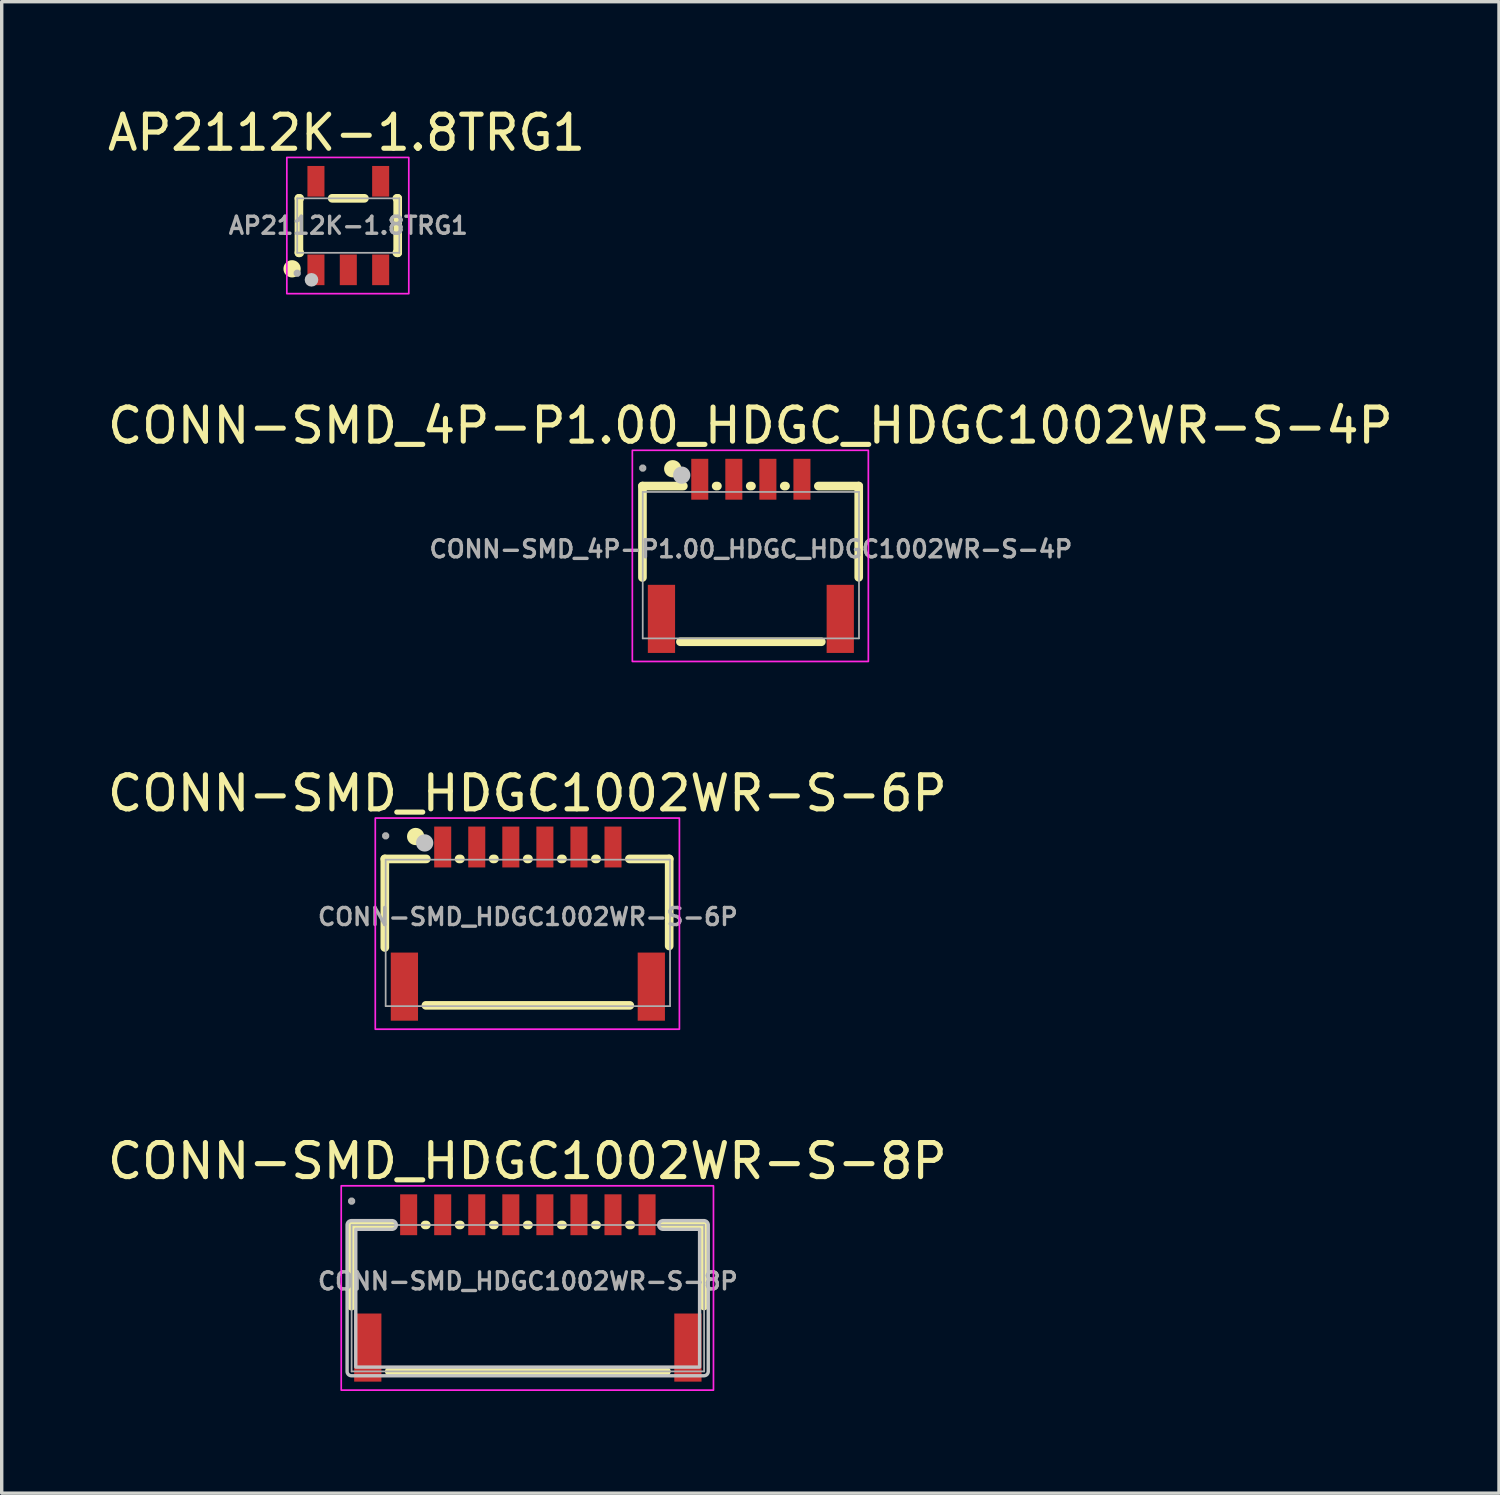
<source format=kicad_pcb>
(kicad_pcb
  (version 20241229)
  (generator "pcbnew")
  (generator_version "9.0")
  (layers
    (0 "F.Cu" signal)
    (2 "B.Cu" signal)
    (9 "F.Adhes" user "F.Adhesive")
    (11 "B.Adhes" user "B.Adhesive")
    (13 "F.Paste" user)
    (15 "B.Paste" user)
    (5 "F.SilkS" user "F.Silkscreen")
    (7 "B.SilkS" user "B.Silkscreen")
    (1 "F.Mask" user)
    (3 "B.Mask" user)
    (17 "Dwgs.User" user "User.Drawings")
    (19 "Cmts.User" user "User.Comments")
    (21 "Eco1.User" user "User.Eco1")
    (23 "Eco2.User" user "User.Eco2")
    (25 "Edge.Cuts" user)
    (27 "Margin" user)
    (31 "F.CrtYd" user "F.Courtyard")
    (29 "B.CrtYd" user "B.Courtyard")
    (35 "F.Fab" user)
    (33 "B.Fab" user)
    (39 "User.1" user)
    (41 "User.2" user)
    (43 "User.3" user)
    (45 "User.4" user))
  (footprint "AP2112K-1.8TRG1"
    (layer "F.Cu")
    (at 7.177 3.573)
    (property "Reference" "AP2112K-1.8TRG1" (at -0.052 -2.725 0) (layer "F.SilkS") (effects (font (size 1 1) (thickness 0.15))))
    (fp_line (start -1.45 0.8) (end -1.45 -0.8) (stroke (width 0.254) (type default)) (layer "F.SilkS"))
    (fp_line (start -1.45 0.8) (end -1.425 0.8) (stroke (width 0.254) (type default)) (layer "F.SilkS"))
    (fp_line (start -1.425 -0.8) (end -1.45 -0.8) (stroke (width 0.254) (type default)) (layer "F.SilkS"))
    (fp_line (start 0.474 -0.8) (end -0.474 -0.8) (stroke (width 0.254) (type default)) (layer "F.SilkS"))
    (fp_line (start 1.425 0.8) (end 1.45 0.8) (stroke (width 0.254) (type default)) (layer "F.SilkS"))
    (fp_line (start 1.45 -0.8) (end 1.425 -0.8) (stroke (width 0.254) (type default)) (layer "F.SilkS"))
    (fp_line (start 1.45 0.8) (end 1.45 -0.8) (stroke (width 0.254) (type default)) (layer "F.SilkS"))
    (fp_circle (center -1.651 1.27) (end -1.524 1.27) (stroke (width 0.254) (type default)) (fill no) (layer "F.SilkS"))
    (fp_circle (center -1.081 1.593) (end -0.981 1.593) (stroke (width 0.2) (type default)) (fill no) (layer "Dwgs.User"))
    (fp_rect (start -1.805 -2) (end 1.776 2) (stroke (width 0.05) (type default)) (fill no) (layer "F.CrtYd"))
    (fp_line (start -1.5 -0.8) (end 1.5 -0.8) (stroke (width 0.051) (type default)) (layer "F.Fab"))
    (fp_line (start -1.5 0.8) (end -1.5 -0.8) (stroke (width 0.051) (type default)) (layer "F.Fab"))
    (fp_line (start 1.5 -0.8) (end 1.5 0.8) (stroke (width 0.051) (type default)) (layer "F.Fab"))
    (fp_line (start 1.5 0.8) (end -1.5 0.8) (stroke (width 0.051) (type default)) (layer "F.Fab"))
    (fp_poly (pts (xy -1.445 1.377) (xy -1.477 1.345) (xy -1.523 1.345) (xy -1.555 1.377) (xy -1.555 1.423) (xy -1.523 1.455) (xy -1.477 1.455) (xy -1.445 1.423)) (stroke (width 0.1) (type default)) (fill no) (layer "F.Fab"))
    (fp_poly (pts (xy -1.15 0.96) (xy -1.15 0.79) (xy -0.75 0.79) (xy -0.75 0.96)) (stroke (width 0.1) (type default)) (fill no) (layer "User.1"))
    (fp_poly (pts (xy -1.15 1.4) (xy -1.15 0.95) (xy -0.75 0.95) (xy -0.75 1.4)) (stroke (width 0.1) (type default)) (fill no) (layer "User.1"))
    (fp_poly (pts (xy -1.14 -1) (xy -1.14 -1.4) (xy -0.76 -1.4) (xy -0.76 -1)) (stroke (width 0.1) (type default)) (fill no) (layer "User.1"))
    (fp_poly (pts (xy -1.14 -0.79) (xy -1.14 -1.01) (xy -0.76 -1.01) (xy -0.76 -0.79)) (stroke (width 0.1) (type default)) (fill no) (layer "User.1"))
    (fp_poly (pts (xy -0.2 0.96) (xy -0.2 0.79) (xy 0.2 0.79) (xy 0.2 0.96)) (stroke (width 0.1) (type default)) (fill no) (layer "User.1"))
    (fp_poly (pts (xy -0.2 1.4) (xy -0.2 0.95) (xy 0.2 0.95) (xy 0.2 1.4)) (stroke (width 0.1) (type default)) (fill no) (layer "User.1"))
    (fp_poly (pts (xy 0.75 -0.95) (xy 0.75 -1.4) (xy 1.15 -1.4) (xy 1.15 -0.95)) (stroke (width 0.1) (type default)) (fill no) (layer "User.1"))
    (fp_poly (pts (xy 0.75 -0.79) (xy 0.75 -0.96) (xy 1.15 -0.96) (xy 1.15 -0.79)) (stroke (width 0.1) (type default)) (fill no) (layer "User.1"))
    (fp_poly (pts (xy 0.75 0.96) (xy 0.75 0.79) (xy 1.15 0.79) (xy 1.15 0.96)) (stroke (width 0.1) (type default)) (fill no) (layer "User.1"))
    (fp_poly (pts (xy 0.75 1.4) (xy 0.75 0.95) (xy 1.15 0.95) (xy 1.15 1.4)) (stroke (width 0.1) (type default)) (fill no) (layer "User.1"))
    (fp_text user "${REFERENCE}" (at 0 0 0) (layer "F.Fab") (effects (font (size 0.5 0.5) (thickness 0.1))))
    (pad "1" smd rect (at -0.95 1.3) (size 0.5 0.9) (layers "F.Cu" "F.Mask" "F.Paste"))
    (pad "2" smd rect (at 0 1.3) (size 0.5 0.9) (layers "F.Cu" "F.Mask" "F.Paste"))
    (pad "3" smd rect (at 0.95 1.3) (size 0.5 0.9) (layers "F.Cu" "F.Mask" "F.Paste"))
    (pad "4" smd rect (at 0.95 -1.3) (size 0.5 0.9) (layers "F.Cu" "F.Mask" "F.Paste"))
    (pad "5" smd rect (at -0.95 -1.3) (size 0.5 0.9) (layers "F.Cu" "F.Mask" "F.Paste")))
  (footprint "CONN-SMD_4P-P1.00_HDGC_HDGC1002WR-S-4P"
    (layer "F.Cu")
    (at 18.997 13.072)
    (property "Reference" "CONN-SMD_4P-P1.00_HDGC_HDGC1002WR-S-4P" (at -0.015 -3.625 0) (layer "F.SilkS") (effects (font (size 1 1) (thickness 0.15))))
    (fp_line (start -3.183 -1.85) (end -3.183 0.835) (stroke (width 0.254) (type default)) (layer "F.SilkS"))
    (fp_line (start -2.069 2.722) (end 2.069 2.722) (stroke (width 0.254) (type default)) (layer "F.SilkS"))
    (fp_line (start -1.982 -1.85) (end -3.183 -1.85) (stroke (width 0.254) (type default)) (layer "F.SilkS"))
    (fp_line (start -0.982 -1.85) (end -1.019 -1.85) (stroke (width 0.254) (type default)) (layer "F.SilkS"))
    (fp_line (start 0.018 -1.85) (end -0.019 -1.85) (stroke (width 0.254) (type default)) (layer "F.SilkS"))
    (fp_line (start 1.018 -1.85) (end 0.981 -1.85) (stroke (width 0.254) (type default)) (layer "F.SilkS"))
    (fp_line (start 3.167 -1.85) (end 1.981 -1.85) (stroke (width 0.254) (type default)) (layer "F.SilkS"))
    (fp_line (start 3.167 -1.85) (end 3.167 0.829) (stroke (width 0.254) (type default)) (layer "F.SilkS"))
    (fp_circle (center -2.294 -2.358) (end -2.167 -2.358) (stroke (width 0.254) (type default)) (fill no) (layer "F.SilkS"))
    (fp_circle (center -2.03 -2.17) (end -1.903 -2.17) (stroke (width 0.254) (type default)) (fill no) (layer "Dwgs.User"))
    (fp_rect (start -3.48 -2.9) (end 3.45 3.3) (stroke (width 0.05) (type default)) (fill no) (layer "F.CrtYd"))
    (fp_line (start -3.175 -1.678) (end 3.175 -1.678) (stroke (width 0.051) (type default)) (layer "F.Fab"))
    (fp_line (start -3.175 2.622) (end -3.175 -1.678) (stroke (width 0.051) (type default)) (layer "F.Fab"))
    (fp_line (start 3.175 -1.678) (end 3.175 2.622) (stroke (width 0.051) (type default)) (layer "F.Fab"))
    (fp_line (start 3.175 2.622) (end -3.175 2.622) (stroke (width 0.051) (type default)) (layer "F.Fab"))
    (fp_poly (pts (xy -3.12 -2.401) (xy -3.152 -2.433) (xy -3.198 -2.433) (xy -3.23 -2.401) (xy -3.23 -2.355) (xy -3.198 -2.323) (xy -3.152 -2.323) (xy -3.12 -2.355)) (stroke (width 0.1) (type default)) (fill no) (layer "F.Fab"))
    (fp_poly (pts (xy -2.725 1.622) (xy -2.525 1.622) (xy -2.525 2.622) (xy -2.725 2.622)) (stroke (width 0.1) (type default)) (fill no) (layer "User.1"))
    (fp_poly (pts (xy -1.6 -2.378) (xy -1.4 -2.378) (xy -1.4 -1.578) (xy -1.6 -1.578)) (stroke (width 0.1) (type default)) (fill no) (layer "User.1"))
    (fp_poly (pts (xy -0.6 -2.378) (xy -0.4 -2.378) (xy -0.4 -1.578) (xy -0.6 -1.578)) (stroke (width 0.1) (type default)) (fill no) (layer "User.1"))
    (fp_poly (pts (xy 0.4 -2.378) (xy 0.6 -2.378) (xy 0.6 -1.578) (xy 0.4 -1.578)) (stroke (width 0.1) (type default)) (fill no) (layer "User.1"))
    (fp_poly (pts (xy 1.4 -2.378) (xy 1.6 -2.378) (xy 1.6 -1.578) (xy 1.4 -1.578)) (stroke (width 0.1) (type default)) (fill no) (layer "User.1"))
    (fp_poly (pts (xy 2.525 1.622) (xy 2.725 1.622) (xy 2.725 2.622) (xy 2.525 2.622)) (stroke (width 0.1) (type default)) (fill no) (layer "User.1"))
    (fp_text user "${REFERENCE}" (at 0 0 0) (layer "F.Fab") (effects (font (size 0.5 0.5) (thickness 0.1))))
    (pad "1" smd rect (at -1.5 -2.05) (size 0.5 1.2) (layers "F.Cu" "F.Mask" "F.Paste"))
    (pad "2" smd rect (at -0.5 -2.05) (size 0.5 1.2) (layers "F.Cu" "F.Mask" "F.Paste"))
    (pad "3" smd rect (at 0.5 -2.05) (size 0.5 1.2) (layers "F.Cu" "F.Mask" "F.Paste"))
    (pad "4" smd rect (at 1.5 -2.05) (size 0.5 1.2) (layers "F.Cu" "F.Mask" "F.Paste"))
    (pad "5" smd rect (at 2.625 2.05) (size 0.8 2) (layers "F.Cu" "F.Mask" "F.Paste"))
    (pad "6" smd rect (at -2.625 2.05) (size 0.8 2) (layers "F.Cu" "F.Mask" "F.Paste")))
  (footprint "CONN-SMD_HDGC1002WR-S-6P"
    (layer "F.Cu")
    (at 12.449 23.87)
    (property "Reference" "CONN-SMD_HDGC1002WR-S-6P" (at -0.015 -3.625 0) (layer "F.SilkS") (effects (font (size 1 1) (thickness 0.15))))
    (fp_line (start -4.2 -1.7) (end -4.2 0.9) (stroke (width 0.254) (type default)) (layer "F.SilkS"))
    (fp_line (start -4.2 -1.7) (end -2.981 -1.7) (stroke (width 0.254) (type default)) (layer "F.SilkS"))
    (fp_line (start -2.019 -1.7) (end -1.981 -1.7) (stroke (width 0.254) (type default)) (layer "F.SilkS"))
    (fp_line (start -1.019 -1.7) (end -0.981 -1.7) (stroke (width 0.254) (type default)) (layer "F.SilkS"))
    (fp_line (start -0.019 -1.7) (end 0.019 -1.7) (stroke (width 0.254) (type default)) (layer "F.SilkS"))
    (fp_line (start 0.981 -1.7) (end 1.019 -1.7) (stroke (width 0.254) (type default)) (layer "F.SilkS"))
    (fp_line (start 1.981 -1.7) (end 2.019 -1.7) (stroke (width 0.254) (type default)) (layer "F.SilkS"))
    (fp_line (start 2.981 -1.7) (end 4.15 -1.7) (stroke (width 0.254) (type default)) (layer "F.SilkS"))
    (fp_line (start 2.994 2.6) (end -2.994 2.6) (stroke (width 0.254) (type default)) (layer "F.SilkS"))
    (fp_line (start 4.15 -1.7) (end 4.15 0.856) (stroke (width 0.254) (type default)) (layer "F.SilkS"))
    (fp_circle (center -3.294 -2.358) (end -3.167 -2.358) (stroke (width 0.254) (type default)) (fill no) (layer "F.SilkS"))
    (fp_circle (center -3.03 -2.17) (end -2.903 -2.17) (stroke (width 0.254) (type default)) (fill no) (layer "Dwgs.User"))
    (fp_rect (start -4.48 -2.9) (end 4.45 3.3) (stroke (width 0.05) (type default)) (fill no) (layer "F.CrtYd"))
    (fp_line (start -4.175 -1.678) (end 4.175 -1.678) (stroke (width 0.051) (type default)) (layer "F.Fab"))
    (fp_line (start -4.175 2.622) (end -4.175 -1.678) (stroke (width 0.051) (type default)) (layer "F.Fab"))
    (fp_line (start 4.175 -1.678) (end 4.175 2.622) (stroke (width 0.051) (type default)) (layer "F.Fab"))
    (fp_line (start 4.175 2.622) (end -4.175 2.622) (stroke (width 0.051) (type default)) (layer "F.Fab"))
    (fp_poly (pts (xy -4.12 -2.401) (xy -4.152 -2.433) (xy -4.198 -2.433) (xy -4.23 -2.401) (xy -4.23 -2.355) (xy -4.198 -2.323) (xy -4.152 -2.323) (xy -4.12 -2.355)) (stroke (width 0.1) (type default)) (fill no) (layer "F.Fab"))
    (fp_poly (pts (xy -3.725 1.622) (xy -3.525 1.622) (xy -3.525 2.622) (xy -3.725 2.622)) (stroke (width 0.1) (type default)) (fill no) (layer "User.1"))
    (fp_poly (pts (xy -2.6 -2.378) (xy -2.4 -2.378) (xy -2.4 -1.578) (xy -2.6 -1.578)) (stroke (width 0.1) (type default)) (fill no) (layer "User.1"))
    (fp_poly (pts (xy -1.6 -2.378) (xy -1.4 -2.378) (xy -1.4 -1.578) (xy -1.6 -1.578)) (stroke (width 0.1) (type default)) (fill no) (layer "User.1"))
    (fp_poly (pts (xy -0.6 -2.378) (xy -0.4 -2.378) (xy -0.4 -1.578) (xy -0.6 -1.578)) (stroke (width 0.1) (type default)) (fill no) (layer "User.1"))
    (fp_poly (pts (xy 0.4 -2.378) (xy 0.6 -2.378) (xy 0.6 -1.578) (xy 0.4 -1.578)) (stroke (width 0.1) (type default)) (fill no) (layer "User.1"))
    (fp_poly (pts (xy 1.4 -2.378) (xy 1.6 -2.378) (xy 1.6 -1.578) (xy 1.4 -1.578)) (stroke (width 0.1) (type default)) (fill no) (layer "User.1"))
    (fp_poly (pts (xy 2.4 -2.378) (xy 2.6 -2.378) (xy 2.6 -1.578) (xy 2.4 -1.578)) (stroke (width 0.1) (type default)) (fill no) (layer "User.1"))
    (fp_poly (pts (xy 3.525 1.622) (xy 3.725 1.622) (xy 3.725 2.622) (xy 3.525 2.622)) (stroke (width 0.1) (type default)) (fill no) (layer "User.1"))
    (fp_text user "${REFERENCE}" (at 0 0 0) (layer "F.Fab") (effects (font (size 0.5 0.5) (thickness 0.1))))
    (pad "1" smd rect (at -2.5 -2.05) (size 0.5 1.2) (layers "F.Cu" "F.Mask" "F.Paste"))
    (pad "2" smd rect (at -1.5 -2.05) (size 0.5 1.2) (layers "F.Cu" "F.Mask" "F.Paste"))
    (pad "3" smd rect (at -0.5 -2.05) (size 0.5 1.2) (layers "F.Cu" "F.Mask" "F.Paste"))
    (pad "4" smd rect (at 0.5 -2.05) (size 0.5 1.2) (layers "F.Cu" "F.Mask" "F.Paste"))
    (pad "5" smd rect (at 1.5 -2.05) (size 0.5 1.2) (layers "F.Cu" "F.Mask" "F.Paste"))
    (pad "6" smd rect (at 2.5 -2.05) (size 0.5 1.2) (layers "F.Cu" "F.Mask" "F.Paste"))
    (pad "7" smd rect (at 3.625 2.05) (size 0.8 2) (layers "F.Cu" "F.Mask" "F.Paste"))
    (pad "8" smd rect (at -3.625 2.05) (size 0.8 2) (layers "F.Cu" "F.Mask" "F.Paste")))
  (footprint "CONN-SMD_HDGC1002WR-S-8P"
    (layer "F.Cu")
    (at 12.449 34.568)
    (property "Reference" "CONN-SMD_HDGC1002WR-S-8P" (at -0.015 -3.525 0) (layer "F.SilkS") (effects (font (size 1 1) (thickness 0.15))))
    (fp_line (start -5.18 -1.65) (end -5.18 0.734) (stroke (width 0.254) (type default)) (layer "F.SilkS"))
    (fp_line (start -4.069 2.65) (end 4.069 2.65) (stroke (width 0.254) (type default)) (layer "F.SilkS"))
    (fp_line (start -3.981 -1.65) (end -5.18 -1.65) (stroke (width 0.254) (type default)) (layer "F.SilkS"))
    (fp_line (start -2.981 -1.65) (end -3.019 -1.65) (stroke (width 0.254) (type default)) (layer "F.SilkS"))
    (fp_line (start -1.981 -1.65) (end -2.019 -1.65) (stroke (width 0.254) (type default)) (layer "F.SilkS"))
    (fp_line (start -0.981 -1.65) (end -1.019 -1.65) (stroke (width 0.254) (type default)) (layer "F.SilkS"))
    (fp_line (start 0.019 -1.65) (end -0.019 -1.65) (stroke (width 0.254) (type default)) (layer "F.SilkS"))
    (fp_line (start 1.019 -1.65) (end 0.981 -1.65) (stroke (width 0.254) (type default)) (layer "F.SilkS"))
    (fp_line (start 2.019 -1.65) (end 1.981 -1.65) (stroke (width 0.254) (type default)) (layer "F.SilkS"))
    (fp_line (start 3.019 -1.65) (end 2.981 -1.65) (stroke (width 0.254) (type default)) (layer "F.SilkS"))
    (fp_line (start 5.17 -1.65) (end 3.981 -1.65) (stroke (width 0.254) (type default)) (layer "F.SilkS"))
    (fp_line (start 5.17 0.73) (end 5.17 -1.65) (stroke (width 0.254) (type default)) (layer "F.SilkS"))
    (fp_poly (pts (arc (start -3.99 -1.777) (mid -3.863 -1.65) (end -3.99 -1.523)) (xy -5.053 -1.523) (xy -5.053 2.523) (xy 5.043 2.523) (xy 5.043 -1.523) (arc (start 3.97 -1.523) (mid 3.843 -1.65) (end 3.97 -1.777)) (arc (start 5.17 -1.777) (mid 5.259803 -1.739803) (end 5.297 -1.65)) (arc (start 5.297 2.65) (mid 5.259803 2.739803) (end 5.17 2.777)) (arc (start -5.18 2.777) (mid -5.269803 2.739803) (end -5.307 2.65)) (arc (start -5.307 -1.65) (mid -5.269803 -1.739803) (end -5.18 -1.777))) (stroke (width 0.1) (type default)) (fill no) (layer "Dwgs.User"))
    (fp_rect (start -5.48 -2.8) (end 5.45 3.2) (stroke (width 0.05) (type default)) (fill no) (layer "F.CrtYd"))
    (fp_line (start -5.175 -1.65) (end 5.175 -1.65) (stroke (width 0.051) (type default)) (layer "F.Fab"))
    (fp_line (start -5.175 2.65) (end -5.175 -1.65) (stroke (width 0.051) (type default)) (layer "F.Fab"))
    (fp_line (start 5.175 -1.65) (end 5.175 2.65) (stroke (width 0.051) (type default)) (layer "F.Fab"))
    (fp_line (start 5.175 2.65) (end -5.175 2.65) (stroke (width 0.051) (type default)) (layer "F.Fab"))
    (fp_poly (pts (xy -5.12 -2.373) (xy -5.152 -2.405) (xy -5.198 -2.405) (xy -5.23 -2.373) (xy -5.23 -2.327) (xy -5.198 -2.295) (xy -5.152 -2.295) (xy -5.12 -2.327)) (stroke (width 0.1) (type default)) (fill no) (layer "F.Fab"))
    (fp_poly (pts (xy -4.8 1.35) (xy -4.6 1.35) (xy -4.6 2.55) (xy -4.8 2.55)) (stroke (width 0.1) (type default)) (fill no) (layer "User.1"))
    (fp_poly (pts (xy -3.6 -2.35) (xy -3.4 -2.35) (xy -3.4 -1.55) (xy -3.6 -1.55)) (stroke (width 0.1) (type default)) (fill no) (layer "User.1"))
    (fp_poly (pts (xy -2.6 -2.35) (xy -2.4 -2.35) (xy -2.4 -1.55) (xy -2.6 -1.55)) (stroke (width 0.1) (type default)) (fill no) (layer "User.1"))
    (fp_poly (pts (xy -1.6 -2.35) (xy -1.4 -2.35) (xy -1.4 -1.55) (xy -1.6 -1.55)) (stroke (width 0.1) (type default)) (fill no) (layer "User.1"))
    (fp_poly (pts (xy -0.6 -2.35) (xy -0.4 -2.35) (xy -0.4 -1.55) (xy -0.6 -1.55)) (stroke (width 0.1) (type default)) (fill no) (layer "User.1"))
    (fp_poly (pts (xy 0.4 -2.35) (xy 0.6 -2.35) (xy 0.6 -1.55) (xy 0.4 -1.55)) (stroke (width 0.1) (type default)) (fill no) (layer "User.1"))
    (fp_poly (pts (xy 1.4 -2.35) (xy 1.6 -2.35) (xy 1.6 -1.55) (xy 1.4 -1.55)) (stroke (width 0.1) (type default)) (fill no) (layer "User.1"))
    (fp_poly (pts (xy 2.4 -2.35) (xy 2.6 -2.35) (xy 2.6 -1.55) (xy 2.4 -1.55)) (stroke (width 0.1) (type default)) (fill no) (layer "User.1"))
    (fp_poly (pts (xy 3.4 -2.35) (xy 3.6 -2.35) (xy 3.6 -1.55) (xy 3.4 -1.55)) (stroke (width 0.1) (type default)) (fill no) (layer "User.1"))
    (fp_poly (pts (xy 4.6 1.35) (xy 4.8 1.35) (xy 4.8 2.55) (xy 4.6 2.55)) (stroke (width 0.1) (type default)) (fill no) (layer "User.1"))
    (fp_text user "${REFERENCE}" (at 0 0 0) (layer "F.Fab") (effects (font (size 0.5 0.5) (thickness 0.1))))
    (pad "1" smd rect (at -3.5 -1.95) (size 0.5 1.2) (layers "F.Cu" "F.Mask" "F.Paste"))
    (pad "2" smd rect (at -2.5 -1.95) (size 0.5 1.2) (layers "F.Cu" "F.Mask" "F.Paste"))
    (pad "3" smd rect (at -1.5 -1.95) (size 0.5 1.2) (layers "F.Cu" "F.Mask" "F.Paste"))
    (pad "4" smd rect (at -0.5 -1.95) (size 0.5 1.2) (layers "F.Cu" "F.Mask" "F.Paste"))
    (pad "5" smd rect (at 0.5 -1.95) (size 0.5 1.2) (layers "F.Cu" "F.Mask" "F.Paste"))
    (pad "6" smd rect (at 1.5 -1.95) (size 0.5 1.2) (layers "F.Cu" "F.Mask" "F.Paste"))
    (pad "7" smd rect (at 2.5 -1.95) (size 0.5 1.2) (layers "F.Cu" "F.Mask" "F.Paste"))
    (pad "8" smd rect (at 3.5 -1.95) (size 0.5 1.2) (layers "F.Cu" "F.Mask" "F.Paste"))
    (pad "9" smd rect (at 4.7 1.95) (size 0.8 2) (layers "F.Cu" "F.Mask" "F.Paste"))
    (pad "10" smd rect (at -4.7 1.95) (size 0.8 2) (layers "F.Cu" "F.Mask" "F.Paste")))
  (gr_rect
    (start -3 -3)
    (end 40.964 40.793)
    (stroke (width 0.1) (type default))
    (fill no)
    (layer "Edge.Cuts")))
</source>
